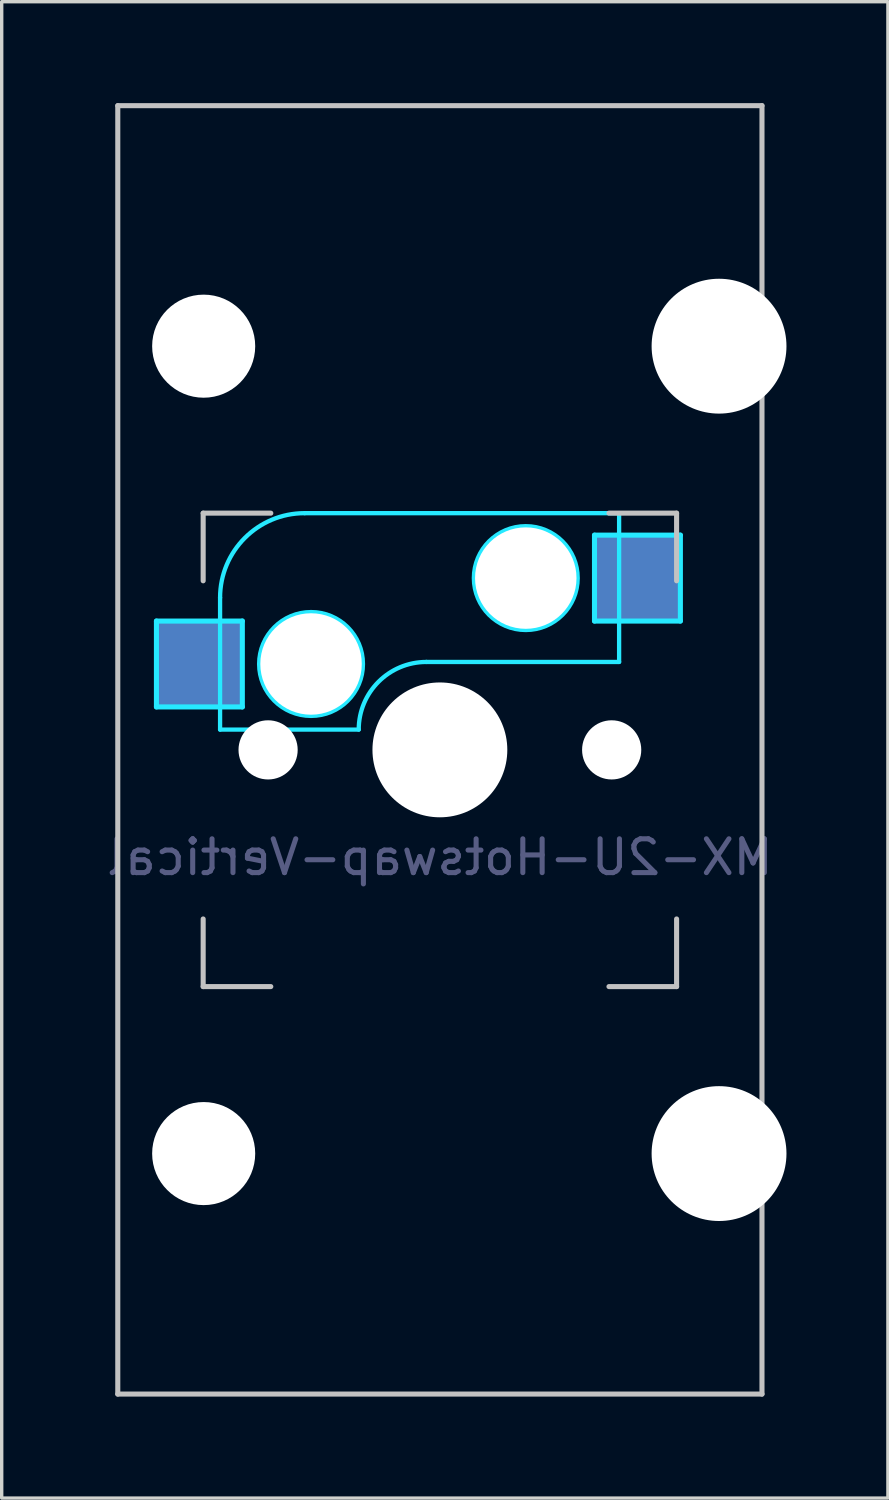
<source format=kicad_pcb>
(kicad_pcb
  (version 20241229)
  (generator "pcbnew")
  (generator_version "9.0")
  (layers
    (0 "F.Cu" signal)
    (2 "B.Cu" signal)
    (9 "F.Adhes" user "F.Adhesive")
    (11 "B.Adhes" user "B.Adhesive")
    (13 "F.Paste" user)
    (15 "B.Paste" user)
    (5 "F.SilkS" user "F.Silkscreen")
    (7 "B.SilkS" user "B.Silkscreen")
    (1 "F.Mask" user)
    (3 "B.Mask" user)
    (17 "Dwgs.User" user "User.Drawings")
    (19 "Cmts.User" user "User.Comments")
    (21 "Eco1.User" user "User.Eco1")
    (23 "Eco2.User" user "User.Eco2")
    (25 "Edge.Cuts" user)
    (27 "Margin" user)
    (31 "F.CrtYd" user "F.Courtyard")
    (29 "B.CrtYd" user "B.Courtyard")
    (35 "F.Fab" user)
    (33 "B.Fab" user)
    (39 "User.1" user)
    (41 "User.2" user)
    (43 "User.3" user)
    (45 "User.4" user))
  (footprint "MX-2U-Hotswap-Vertical"
    (layer "F.Cu")
    (at 9.958 19.125)
    (property "Reference" "MX-2U-Hotswap-Vertical" (at 0 3.175 0) (layer "B.Fab") (effects (font (size 1 1) (thickness 0.15)) (justify mirror)))
    (attr smd)
    (fp_line (start -9.525 -19.05) (end 9.525 -19.05) (stroke (width 0.15) (type solid)) (layer "Dwgs.User"))
    (fp_line (start -9.525 19.05) (end -9.525 -19.05) (stroke (width 0.15) (type solid)) (layer "Dwgs.User"))
    (fp_line (start -7 -7) (end -7 -5) (stroke (width 0.15) (type solid)) (layer "Dwgs.User"))
    (fp_line (start -7 5) (end -7 7) (stroke (width 0.15) (type solid)) (layer "Dwgs.User"))
    (fp_line (start -7 7) (end -5 7) (stroke (width 0.15) (type solid)) (layer "Dwgs.User"))
    (fp_line (start -5 -7) (end -7 -7) (stroke (width 0.15) (type solid)) (layer "Dwgs.User"))
    (fp_line (start 5 -7) (end 7 -7) (stroke (width 0.15) (type solid)) (layer "Dwgs.User"))
    (fp_line (start 5 7) (end 7 7) (stroke (width 0.15) (type solid)) (layer "Dwgs.User"))
    (fp_line (start 7 -7) (end 7 -5) (stroke (width 0.15) (type solid)) (layer "Dwgs.User"))
    (fp_line (start 7 7) (end 7 5) (stroke (width 0.15) (type solid)) (layer "Dwgs.User"))
    (fp_line (start 9.525 -19.05) (end 9.525 19.05) (stroke (width 0.15) (type solid)) (layer "Dwgs.User"))
    (fp_line (start 9.525 19.05) (end -9.525 19.05) (stroke (width 0.15) (type solid)) (layer "Dwgs.User"))
    (fp_line (start -8.382 -3.81) (end -5.842 -3.81) (stroke (width 0.15) (type solid)) (layer "B.CrtYd"))
    (fp_line (start -8.382 -1.27) (end -8.382 -3.81) (stroke (width 0.15) (type solid)) (layer "B.CrtYd"))
    (fp_line (start -6.5 -4.5) (end -6.5 -0.6) (stroke (width 0.127) (type solid)) (layer "B.CrtYd"))
    (fp_line (start -6.5 -0.6) (end -2.4 -0.6) (stroke (width 0.127) (type solid)) (layer "B.CrtYd"))
    (fp_line (start -5.842 -3.81) (end -5.842 -1.27) (stroke (width 0.15) (type solid)) (layer "B.CrtYd"))
    (fp_line (start -5.842 -1.27) (end -8.382 -1.27) (stroke (width 0.15) (type solid)) (layer "B.CrtYd"))
    (fp_line (start -0.4 -2.6) (end 5.3 -2.6) (stroke (width 0.127) (type solid)) (layer "B.CrtYd"))
    (fp_line (start 4.572 -6.35) (end 7.112 -6.35) (stroke (width 0.15) (type solid)) (layer "B.CrtYd"))
    (fp_line (start 4.572 -3.81) (end 4.572 -6.35) (stroke (width 0.15) (type solid)) (layer "B.CrtYd"))
    (fp_line (start 5.3 -7) (end -4 -7) (stroke (width 0.127) (type solid)) (layer "B.CrtYd"))
    (fp_line (start 5.3 -7) (end 5.3 -2.6) (stroke (width 0.127) (type solid)) (layer "B.CrtYd"))
    (fp_line (start 7.112 -6.35) (end 7.112 -3.81) (stroke (width 0.15) (type solid)) (layer "B.CrtYd"))
    (fp_line (start 7.112 -3.81) (end 4.572 -3.81) (stroke (width 0.15) (type solid)) (layer "B.CrtYd"))
    (fp_arc (start -6.5 -4.5) (mid -5.767767 -6.267767) (end -4 -7) (stroke (width 0.127) (type solid)) (layer "B.CrtYd"))
    (fp_arc (start -2.4 -0.6) (mid -1.814214 -2.014214) (end -0.4 -2.6) (stroke (width 0.127) (type solid)) (layer "B.CrtYd"))
    (fp_circle (center -3.81 -2.54) (end -3.81 -4.064) (stroke (width 0.15) (type solid)) (fill no) (layer "B.CrtYd"))
    (fp_circle (center 2.54 -5.08) (end 2.54 -6.604) (stroke (width 0.15) (type solid)) (fill no) (layer "B.CrtYd"))
    (pad "" np_thru_hole circle (at -6.985 -11.938 90) (size 3.048 3.048) (drill 3.048) (layers "*.Cu" "*.Mask"))
    (pad "" np_thru_hole circle (at -6.985 11.938 90) (size 3.048 3.048) (drill 3.048) (layers "*.Cu" "*.Mask"))
    (pad "" np_thru_hole circle (at -5.08 0 48.1) (size 1.75 1.75) (drill 1.75) (layers "*.Cu" "*.Mask"))
    (pad "" np_thru_hole circle (at -3.81 -2.54) (size 3 3) (drill 3) (layers "*.Cu" "*.Mask"))
    (pad "" np_thru_hole circle (at 0 0) (size 3.988 3.988) (drill 3.988) (layers "*.Cu" "*.Mask"))
    (pad "" np_thru_hole circle (at 2.54 -5.08) (size 3 3) (drill 3) (layers "*.Cu" "*.Mask"))
    (pad "" np_thru_hole circle (at 5.08 0 48.1) (size 1.75 1.75) (drill 1.75) (layers "*.Cu" "*.Mask"))
    (pad "" np_thru_hole circle (at 8.255 -11.938 90) (size 3.988 3.988) (drill 3.988) (layers "*.Cu" "*.Mask"))
    (pad "" np_thru_hole circle (at 8.255 11.938 90) (size 3.988 3.988) (drill 3.988) (layers "*.Cu" "*.Mask"))
    (pad "1" smd rect (at -7.085 -2.54) (size 2.55 2.5) (layers "B.Cu" "B.Mask" "B.Paste"))
    (pad "2" smd rect (at 5.842 -5.08) (size 2.55 2.5) (layers "B.Cu" "B.Mask" "B.Paste")))
  (gr_rect
    (start -3 -3)
    (end 23.207 41.25)
    (stroke (width 0.1) (type default))
    (fill no)
    (layer "Edge.Cuts")))
</source>
